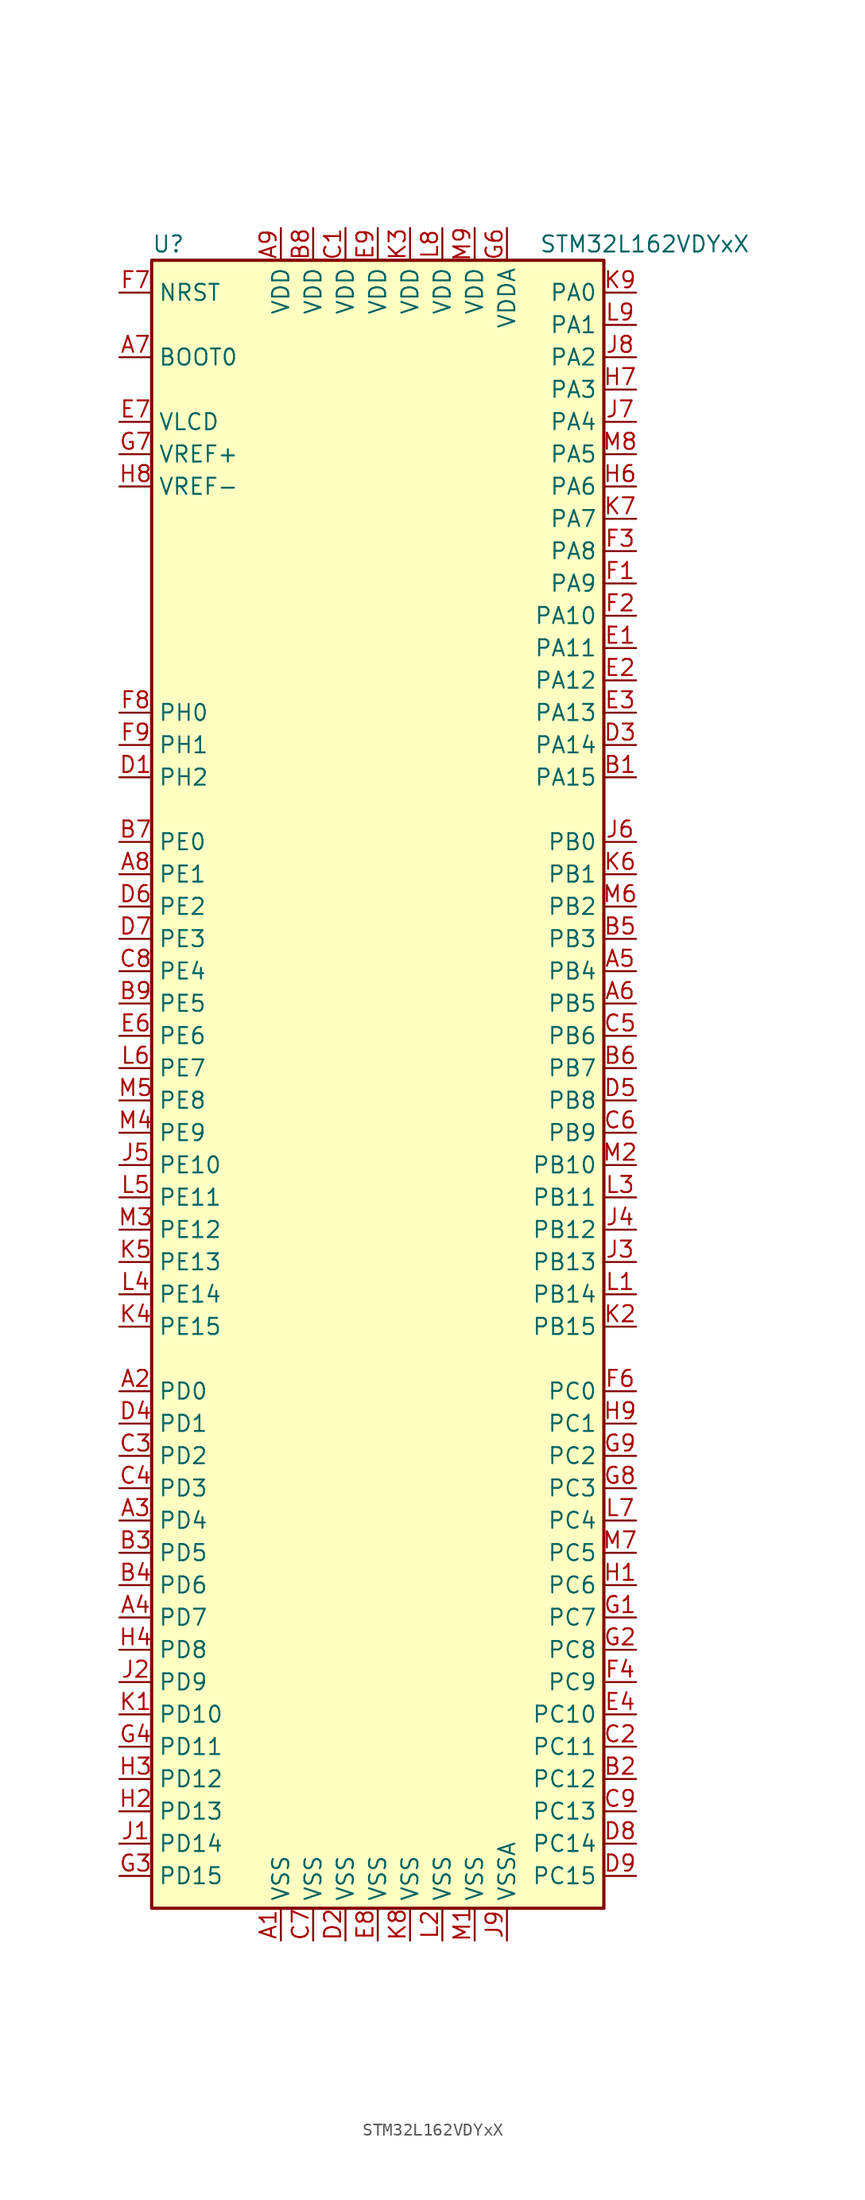
<source format=kicad_sym>
(kicad_symbol_lib
  (version 20201005)
  (generator kicad_symbol_editor)
  (symbol "MCU_ST_STM32L1:STM32L162VDYxX"
    (property "Reference" "U"
      (at -17.78 64.77 0)
      (effects (font (size 1.27 1.27)) (justify left)))
    (property "Value" "STM32L162VDYxX"
      (at 12.7 64.77 0)
      (effects (font (size 1.27 1.27)) (justify left)))
    (symbol "STM32L162VDYxX_0_1"
      (rectangle (start -17.78 -66.04) (end 17.78 63.5) (stroke (width 0.254)) (fill (type background))))
    (symbol "STM32L162VDYxX_1_1"
      (pin input line (at -20.32 55.88 0) (length 2.54) (name "BOOT0" (effects (font (size 1.27 1.27)))) (number "A7" (effects (font (size 1.27 1.27)))))
      (pin input line (at -20.32 60.96 0) (length 2.54) (name "NRST" (effects (font (size 1.27 1.27)))) (number "F7" (effects (font (size 1.27 1.27)))))
      (pin bidirectional line (at 20.32 60.96 180) (length 2.54) (name "PA0" (effects (font (size 1.27 1.27)))) (number "K9" (effects (font (size 1.27 1.27)))))
      (pin bidirectional line (at 20.32 58.42 180) (length 2.54) (name "PA1" (effects (font (size 1.27 1.27)))) (number "L9" (effects (font (size 1.27 1.27)))))
      (pin bidirectional line (at 20.32 35.56 180) (length 2.54) (name "PA10" (effects (font (size 1.27 1.27)))) (number "F2" (effects (font (size 1.27 1.27)))))
      (pin bidirectional line (at 20.32 33.02 180) (length 2.54) (name "PA11" (effects (font (size 1.27 1.27)))) (number "E1" (effects (font (size 1.27 1.27)))))
      (pin bidirectional line (at 20.32 30.48 180) (length 2.54) (name "PA12" (effects (font (size 1.27 1.27)))) (number "E2" (effects (font (size 1.27 1.27)))))
      (pin bidirectional line (at 20.32 27.94 180) (length 2.54) (name "PA13" (effects (font (size 1.27 1.27)))) (number "E3" (effects (font (size 1.27 1.27)))))
      (pin bidirectional line (at 20.32 25.4 180) (length 2.54) (name "PA14" (effects (font (size 1.27 1.27)))) (number "D3" (effects (font (size 1.27 1.27)))))
      (pin bidirectional line (at 20.32 22.86 180) (length 2.54) (name "PA15" (effects (font (size 1.27 1.27)))) (number "B1" (effects (font (size 1.27 1.27)))))
      (pin bidirectional line (at 20.32 55.88 180) (length 2.54) (name "PA2" (effects (font (size 1.27 1.27)))) (number "J8" (effects (font (size 1.27 1.27)))))
      (pin bidirectional line (at 20.32 53.34 180) (length 2.54) (name "PA3" (effects (font (size 1.27 1.27)))) (number "H7" (effects (font (size 1.27 1.27)))))
      (pin bidirectional line (at 20.32 50.8 180) (length 2.54) (name "PA4" (effects (font (size 1.27 1.27)))) (number "J7" (effects (font (size 1.27 1.27)))))
      (pin bidirectional line (at 20.32 48.26 180) (length 2.54) (name "PA5" (effects (font (size 1.27 1.27)))) (number "M8" (effects (font (size 1.27 1.27)))))
      (pin bidirectional line (at 20.32 45.72 180) (length 2.54) (name "PA6" (effects (font (size 1.27 1.27)))) (number "H6" (effects (font (size 1.27 1.27)))))
      (pin bidirectional line (at 20.32 43.18 180) (length 2.54) (name "PA7" (effects (font (size 1.27 1.27)))) (number "K7" (effects (font (size 1.27 1.27)))))
      (pin bidirectional line (at 20.32 40.64 180) (length 2.54) (name "PA8" (effects (font (size 1.27 1.27)))) (number "F3" (effects (font (size 1.27 1.27)))))
      (pin bidirectional line (at 20.32 38.1 180) (length 2.54) (name "PA9" (effects (font (size 1.27 1.27)))) (number "F1" (effects (font (size 1.27 1.27)))))
      (pin bidirectional line (at 20.32 17.78 180) (length 2.54) (name "PB0" (effects (font (size 1.27 1.27)))) (number "J6" (effects (font (size 1.27 1.27)))))
      (pin bidirectional line (at 20.32 15.24 180) (length 2.54) (name "PB1" (effects (font (size 1.27 1.27)))) (number "K6" (effects (font (size 1.27 1.27)))))
      (pin bidirectional line (at 20.32 -7.62 180) (length 2.54) (name "PB10" (effects (font (size 1.27 1.27)))) (number "M2" (effects (font (size 1.27 1.27)))))
      (pin bidirectional line (at 20.32 -10.16 180) (length 2.54) (name "PB11" (effects (font (size 1.27 1.27)))) (number "L3" (effects (font (size 1.27 1.27)))))
      (pin bidirectional line (at 20.32 -12.7 180) (length 2.54) (name "PB12" (effects (font (size 1.27 1.27)))) (number "J4" (effects (font (size 1.27 1.27)))))
      (pin bidirectional line (at 20.32 -15.24 180) (length 2.54) (name "PB13" (effects (font (size 1.27 1.27)))) (number "J3" (effects (font (size 1.27 1.27)))))
      (pin bidirectional line (at 20.32 -17.78 180) (length 2.54) (name "PB14" (effects (font (size 1.27 1.27)))) (number "L1" (effects (font (size 1.27 1.27)))))
      (pin bidirectional line (at 20.32 -20.32 180) (length 2.54) (name "PB15" (effects (font (size 1.27 1.27)))) (number "K2" (effects (font (size 1.27 1.27)))))
      (pin bidirectional line (at 20.32 12.7 180) (length 2.54) (name "PB2" (effects (font (size 1.27 1.27)))) (number "M6" (effects (font (size 1.27 1.27)))))
      (pin bidirectional line (at 20.32 10.16 180) (length 2.54) (name "PB3" (effects (font (size 1.27 1.27)))) (number "B5" (effects (font (size 1.27 1.27)))))
      (pin bidirectional line (at 20.32 7.62 180) (length 2.54) (name "PB4" (effects (font (size 1.27 1.27)))) (number "A5" (effects (font (size 1.27 1.27)))))
      (pin bidirectional line (at 20.32 5.08 180) (length 2.54) (name "PB5" (effects (font (size 1.27 1.27)))) (number "A6" (effects (font (size 1.27 1.27)))))
      (pin bidirectional line (at 20.32 2.54 180) (length 2.54) (name "PB6" (effects (font (size 1.27 1.27)))) (number "C5" (effects (font (size 1.27 1.27)))))
      (pin bidirectional line (at 20.32 0 180) (length 2.54) (name "PB7" (effects (font (size 1.27 1.27)))) (number "B6" (effects (font (size 1.27 1.27)))))
      (pin bidirectional line (at 20.32 -2.54 180) (length 2.54) (name "PB8" (effects (font (size 1.27 1.27)))) (number "D5" (effects (font (size 1.27 1.27)))))
      (pin bidirectional line (at 20.32 -5.08 180) (length 2.54) (name "PB9" (effects (font (size 1.27 1.27)))) (number "C6" (effects (font (size 1.27 1.27)))))
      (pin bidirectional line (at 20.32 -25.4 180) (length 2.54) (name "PC0" (effects (font (size 1.27 1.27)))) (number "F6" (effects (font (size 1.27 1.27)))))
      (pin bidirectional line (at 20.32 -27.94 180) (length 2.54) (name "PC1" (effects (font (size 1.27 1.27)))) (number "H9" (effects (font (size 1.27 1.27)))))
      (pin bidirectional line (at 20.32 -50.8 180) (length 2.54) (name "PC10" (effects (font (size 1.27 1.27)))) (number "E4" (effects (font (size 1.27 1.27)))))
      (pin bidirectional line (at 20.32 -53.34 180) (length 2.54) (name "PC11" (effects (font (size 1.27 1.27)))) (number "C2" (effects (font (size 1.27 1.27)))))
      (pin bidirectional line (at 20.32 -55.88 180) (length 2.54) (name "PC12" (effects (font (size 1.27 1.27)))) (number "B2" (effects (font (size 1.27 1.27)))))
      (pin bidirectional line (at 20.32 -58.42 180) (length 2.54) (name "PC13" (effects (font (size 1.27 1.27)))) (number "C9" (effects (font (size 1.27 1.27)))))
      (pin bidirectional line (at 20.32 -60.96 180) (length 2.54) (name "PC14" (effects (font (size 1.27 1.27)))) (number "D8" (effects (font (size 1.27 1.27)))))
      (pin bidirectional line (at 20.32 -63.5 180) (length 2.54) (name "PC15" (effects (font (size 1.27 1.27)))) (number "D9" (effects (font (size 1.27 1.27)))))
      (pin bidirectional line (at 20.32 -30.48 180) (length 2.54) (name "PC2" (effects (font (size 1.27 1.27)))) (number "G9" (effects (font (size 1.27 1.27)))))
      (pin bidirectional line (at 20.32 -33.02 180) (length 2.54) (name "PC3" (effects (font (size 1.27 1.27)))) (number "G8" (effects (font (size 1.27 1.27)))))
      (pin bidirectional line (at 20.32 -35.56 180) (length 2.54) (name "PC4" (effects (font (size 1.27 1.27)))) (number "L7" (effects (font (size 1.27 1.27)))))
      (pin bidirectional line (at 20.32 -38.1 180) (length 2.54) (name "PC5" (effects (font (size 1.27 1.27)))) (number "M7" (effects (font (size 1.27 1.27)))))
      (pin bidirectional line (at 20.32 -40.64 180) (length 2.54) (name "PC6" (effects (font (size 1.27 1.27)))) (number "H1" (effects (font (size 1.27 1.27)))))
      (pin bidirectional line (at 20.32 -43.18 180) (length 2.54) (name "PC7" (effects (font (size 1.27 1.27)))) (number "G1" (effects (font (size 1.27 1.27)))))
      (pin bidirectional line (at 20.32 -45.72 180) (length 2.54) (name "PC8" (effects (font (size 1.27 1.27)))) (number "G2" (effects (font (size 1.27 1.27)))))
      (pin bidirectional line (at 20.32 -48.26 180) (length 2.54) (name "PC9" (effects (font (size 1.27 1.27)))) (number "F4" (effects (font (size 1.27 1.27)))))
      (pin bidirectional line (at -20.32 -25.4 0) (length 2.54) (name "PD0" (effects (font (size 1.27 1.27)))) (number "A2" (effects (font (size 1.27 1.27)))))
      (pin bidirectional line (at -20.32 -27.94 0) (length 2.54) (name "PD1" (effects (font (size 1.27 1.27)))) (number "D4" (effects (font (size 1.27 1.27)))))
      (pin bidirectional line (at -20.32 -50.8 0) (length 2.54) (name "PD10" (effects (font (size 1.27 1.27)))) (number "K1" (effects (font (size 1.27 1.27)))))
      (pin bidirectional line (at -20.32 -53.34 0) (length 2.54) (name "PD11" (effects (font (size 1.27 1.27)))) (number "G4" (effects (font (size 1.27 1.27)))))
      (pin bidirectional line (at -20.32 -55.88 0) (length 2.54) (name "PD12" (effects (font (size 1.27 1.27)))) (number "H3" (effects (font (size 1.27 1.27)))))
      (pin bidirectional line (at -20.32 -58.42 0) (length 2.54) (name "PD13" (effects (font (size 1.27 1.27)))) (number "H2" (effects (font (size 1.27 1.27)))))
      (pin bidirectional line (at -20.32 -60.96 0) (length 2.54) (name "PD14" (effects (font (size 1.27 1.27)))) (number "J1" (effects (font (size 1.27 1.27)))))
      (pin bidirectional line (at -20.32 -63.5 0) (length 2.54) (name "PD15" (effects (font (size 1.27 1.27)))) (number "G3" (effects (font (size 1.27 1.27)))))
      (pin bidirectional line (at -20.32 -30.48 0) (length 2.54) (name "PD2" (effects (font (size 1.27 1.27)))) (number "C3" (effects (font (size 1.27 1.27)))))
      (pin bidirectional line (at -20.32 -33.02 0) (length 2.54) (name "PD3" (effects (font (size 1.27 1.27)))) (number "C4" (effects (font (size 1.27 1.27)))))
      (pin bidirectional line (at -20.32 -35.56 0) (length 2.54) (name "PD4" (effects (font (size 1.27 1.27)))) (number "A3" (effects (font (size 1.27 1.27)))))
      (pin bidirectional line (at -20.32 -38.1 0) (length 2.54) (name "PD5" (effects (font (size 1.27 1.27)))) (number "B3" (effects (font (size 1.27 1.27)))))
      (pin bidirectional line (at -20.32 -40.64 0) (length 2.54) (name "PD6" (effects (font (size 1.27 1.27)))) (number "B4" (effects (font (size 1.27 1.27)))))
      (pin bidirectional line (at -20.32 -43.18 0) (length 2.54) (name "PD7" (effects (font (size 1.27 1.27)))) (number "A4" (effects (font (size 1.27 1.27)))))
      (pin bidirectional line (at -20.32 -45.72 0) (length 2.54) (name "PD8" (effects (font (size 1.27 1.27)))) (number "H4" (effects (font (size 1.27 1.27)))))
      (pin bidirectional line (at -20.32 -48.26 0) (length 2.54) (name "PD9" (effects (font (size 1.27 1.27)))) (number "J2" (effects (font (size 1.27 1.27)))))
      (pin bidirectional line (at -20.32 17.78 0) (length 2.54) (name "PE0" (effects (font (size 1.27 1.27)))) (number "B7" (effects (font (size 1.27 1.27)))))
      (pin bidirectional line (at -20.32 15.24 0) (length 2.54) (name "PE1" (effects (font (size 1.27 1.27)))) (number "A8" (effects (font (size 1.27 1.27)))))
      (pin bidirectional line (at -20.32 -7.62 0) (length 2.54) (name "PE10" (effects (font (size 1.27 1.27)))) (number "J5" (effects (font (size 1.27 1.27)))))
      (pin bidirectional line (at -20.32 -10.16 0) (length 2.54) (name "PE11" (effects (font (size 1.27 1.27)))) (number "L5" (effects (font (size 1.27 1.27)))))
      (pin bidirectional line (at -20.32 -12.7 0) (length 2.54) (name "PE12" (effects (font (size 1.27 1.27)))) (number "M3" (effects (font (size 1.27 1.27)))))
      (pin bidirectional line (at -20.32 -15.24 0) (length 2.54) (name "PE13" (effects (font (size 1.27 1.27)))) (number "K5" (effects (font (size 1.27 1.27)))))
      (pin bidirectional line (at -20.32 -17.78 0) (length 2.54) (name "PE14" (effects (font (size 1.27 1.27)))) (number "L4" (effects (font (size 1.27 1.27)))))
      (pin bidirectional line (at -20.32 -20.32 0) (length 2.54) (name "PE15" (effects (font (size 1.27 1.27)))) (number "K4" (effects (font (size 1.27 1.27)))))
      (pin bidirectional line (at -20.32 12.7 0) (length 2.54) (name "PE2" (effects (font (size 1.27 1.27)))) (number "D6" (effects (font (size 1.27 1.27)))))
      (pin bidirectional line (at -20.32 10.16 0) (length 2.54) (name "PE3" (effects (font (size 1.27 1.27)))) (number "D7" (effects (font (size 1.27 1.27)))))
      (pin bidirectional line (at -20.32 7.62 0) (length 2.54) (name "PE4" (effects (font (size 1.27 1.27)))) (number "C8" (effects (font (size 1.27 1.27)))))
      (pin bidirectional line (at -20.32 5.08 0) (length 2.54) (name "PE5" (effects (font (size 1.27 1.27)))) (number "B9" (effects (font (size 1.27 1.27)))))
      (pin bidirectional line (at -20.32 2.54 0) (length 2.54) (name "PE6" (effects (font (size 1.27 1.27)))) (number "E6" (effects (font (size 1.27 1.27)))))
      (pin bidirectional line (at -20.32 0 0) (length 2.54) (name "PE7" (effects (font (size 1.27 1.27)))) (number "L6" (effects (font (size 1.27 1.27)))))
      (pin bidirectional line (at -20.32 -2.54 0) (length 2.54) (name "PE8" (effects (font (size 1.27 1.27)))) (number "M5" (effects (font (size 1.27 1.27)))))
      (pin bidirectional line (at -20.32 -5.08 0) (length 2.54) (name "PE9" (effects (font (size 1.27 1.27)))) (number "M4" (effects (font (size 1.27 1.27)))))
      (pin input line (at -20.32 27.94 0) (length 2.54) (name "PH0" (effects (font (size 1.27 1.27)))) (number "F8" (effects (font (size 1.27 1.27)))))
      (pin input line (at -20.32 25.4 0) (length 2.54) (name "PH1" (effects (font (size 1.27 1.27)))) (number "F9" (effects (font (size 1.27 1.27)))))
      (pin bidirectional line (at -20.32 22.86 0) (length 2.54) (name "PH2" (effects (font (size 1.27 1.27)))) (number "D1" (effects (font (size 1.27 1.27)))))
      (pin power_in line (at -7.62 66.04 270) (length 2.54) (name "VDD" (effects (font (size 1.27 1.27)))) (number "A9" (effects (font (size 1.27 1.27)))))
      (pin power_in line (at -5.08 66.04 270) (length 2.54) (name "VDD" (effects (font (size 1.27 1.27)))) (number "B8" (effects (font (size 1.27 1.27)))))
      (pin power_in line (at -2.54 66.04 270) (length 2.54) (name "VDD" (effects (font (size 1.27 1.27)))) (number "C1" (effects (font (size 1.27 1.27)))))
      (pin power_in line (at 0 66.04 270) (length 2.54) (name "VDD" (effects (font (size 1.27 1.27)))) (number "E9" (effects (font (size 1.27 1.27)))))
      (pin power_in line (at 2.54 66.04 270) (length 2.54) (name "VDD" (effects (font (size 1.27 1.27)))) (number "K3" (effects (font (size 1.27 1.27)))))
      (pin power_in line (at 5.08 66.04 270) (length 2.54) (name "VDD" (effects (font (size 1.27 1.27)))) (number "L8" (effects (font (size 1.27 1.27)))))
      (pin power_in line (at 7.62 66.04 270) (length 2.54) (name "VDD" (effects (font (size 1.27 1.27)))) (number "M9" (effects (font (size 1.27 1.27)))))
      (pin power_in line (at 10.16 66.04 270) (length 2.54) (name "VDDA" (effects (font (size 1.27 1.27)))) (number "G6" (effects (font (size 1.27 1.27)))))
      (pin power_in line (at -20.32 50.8 0) (length 2.54) (name "VLCD" (effects (font (size 1.27 1.27)))) (number "E7" (effects (font (size 1.27 1.27)))))
      (pin power_in line (at -20.32 48.26 0) (length 2.54) (name "VREF+" (effects (font (size 1.27 1.27)))) (number "G7" (effects (font (size 1.27 1.27)))))
      (pin power_in line (at -20.32 45.72 0) (length 2.54) (name "VREF-" (effects (font (size 1.27 1.27)))) (number "H8" (effects (font (size 1.27 1.27)))))
      (pin power_in line (at -7.62 -68.58 90) (length 2.54) (name "VSS" (effects (font (size 1.27 1.27)))) (number "A1" (effects (font (size 1.27 1.27)))))
      (pin power_in line (at -5.08 -68.58 90) (length 2.54) (name "VSS" (effects (font (size 1.27 1.27)))) (number "C7" (effects (font (size 1.27 1.27)))))
      (pin power_in line (at -2.54 -68.58 90) (length 2.54) (name "VSS" (effects (font (size 1.27 1.27)))) (number "D2" (effects (font (size 1.27 1.27)))))
      (pin power_in line (at 0 -68.58 90) (length 2.54) (name "VSS" (effects (font (size 1.27 1.27)))) (number "E8" (effects (font (size 1.27 1.27)))))
      (pin power_in line (at 2.54 -68.58 90) (length 2.54) (name "VSS" (effects (font (size 1.27 1.27)))) (number "K8" (effects (font (size 1.27 1.27)))))
      (pin power_in line (at 5.08 -68.58 90) (length 2.54) (name "VSS" (effects (font (size 1.27 1.27)))) (number "L2" (effects (font (size 1.27 1.27)))))
      (pin power_in line (at 7.62 -68.58 90) (length 2.54) (name "VSS" (effects (font (size 1.27 1.27)))) (number "M1" (effects (font (size 1.27 1.27)))))
      (pin power_in line (at 10.16 -68.58 90) (length 2.54) (name "VSSA" (effects (font (size 1.27 1.27)))) (number "J9" (effects (font (size 1.27 1.27))))))))
</source>
